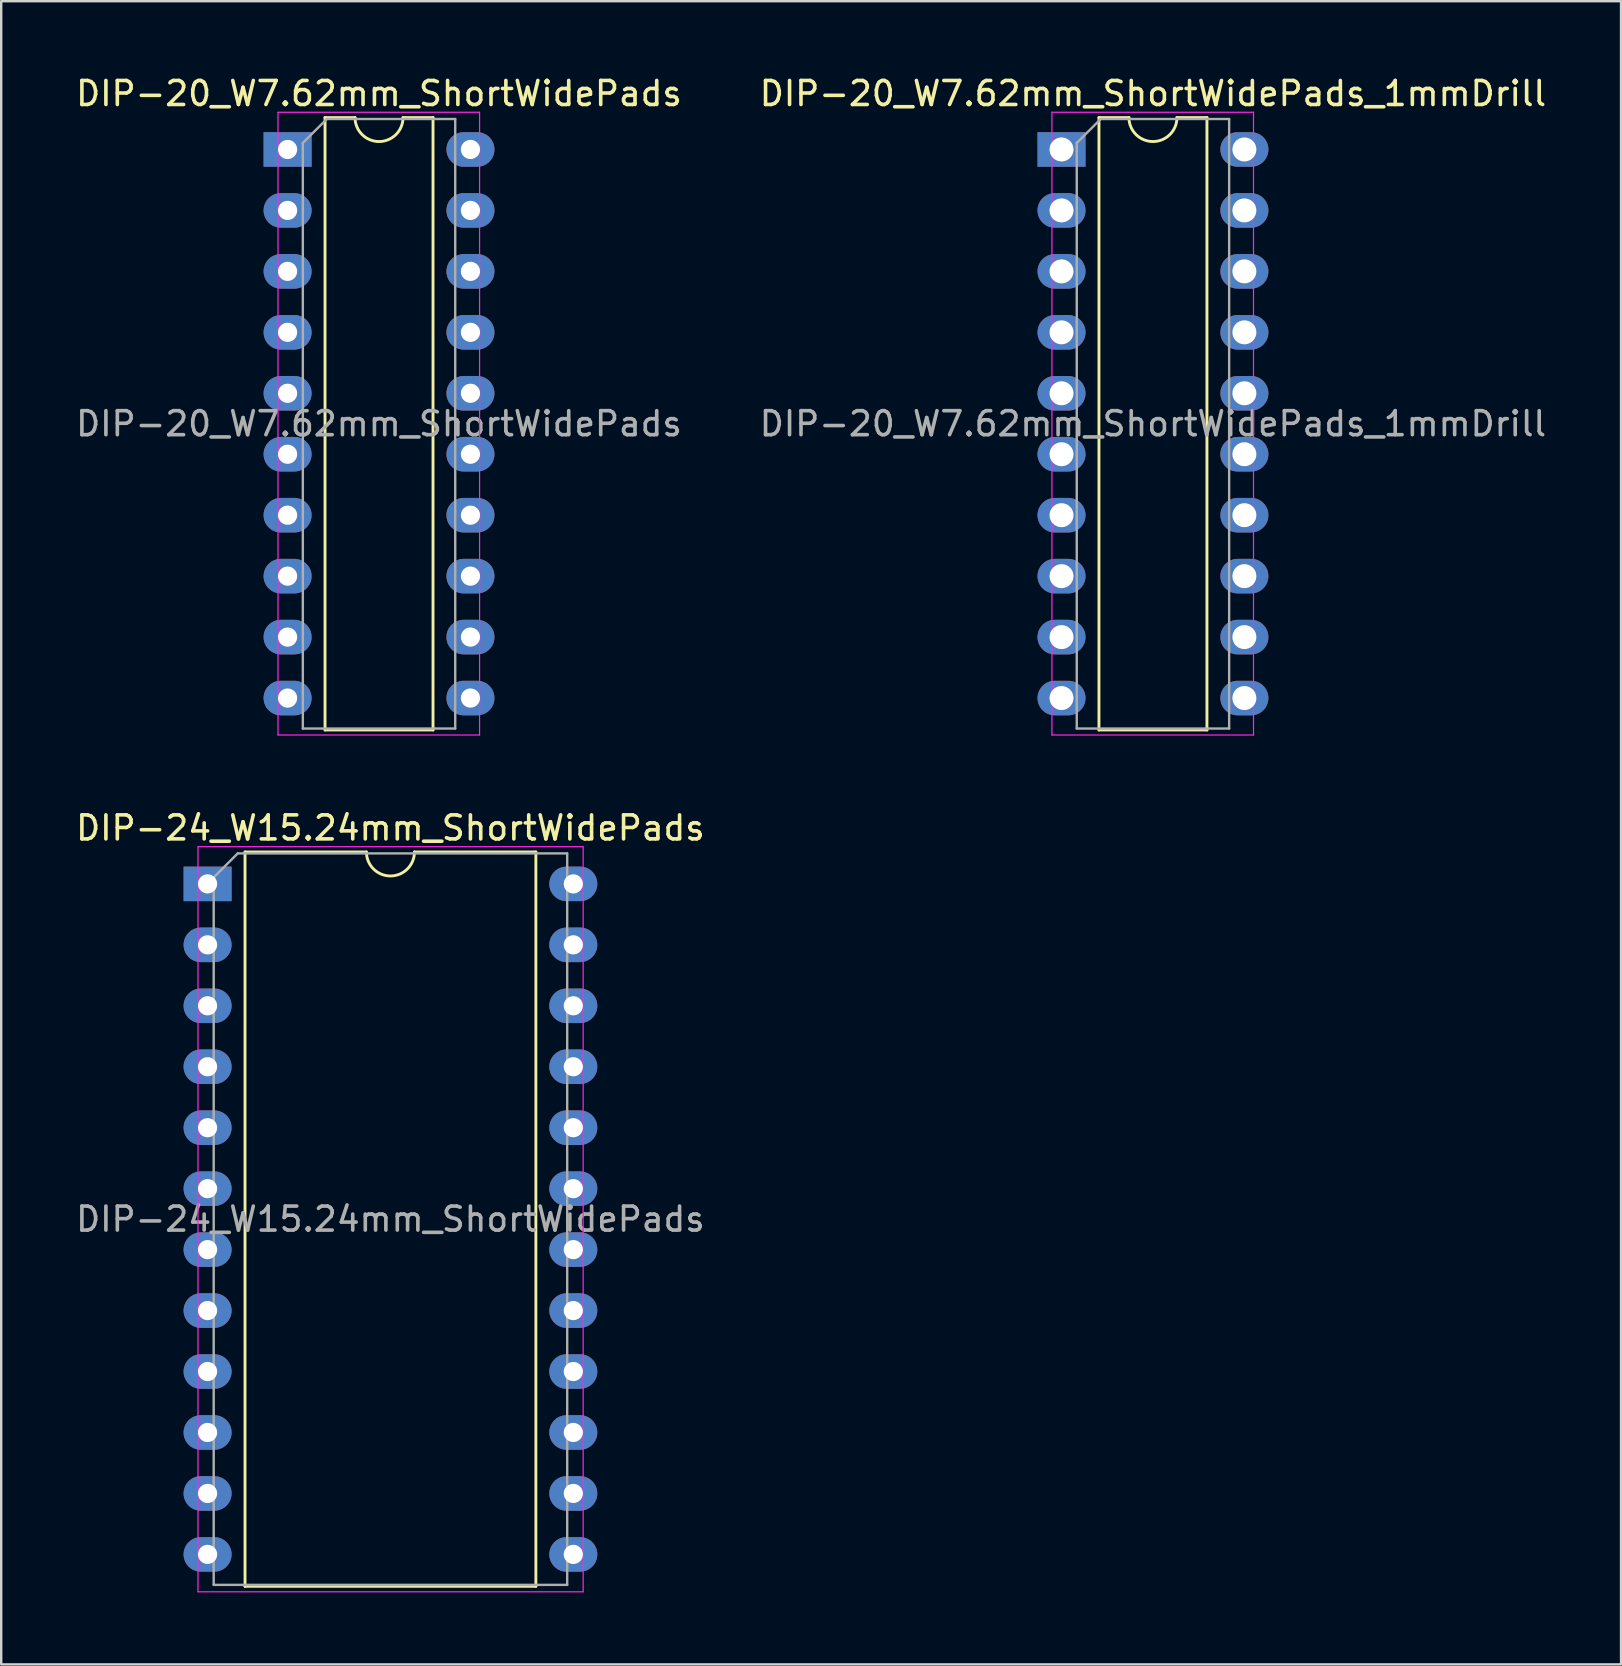
<source format=kicad_pcb>
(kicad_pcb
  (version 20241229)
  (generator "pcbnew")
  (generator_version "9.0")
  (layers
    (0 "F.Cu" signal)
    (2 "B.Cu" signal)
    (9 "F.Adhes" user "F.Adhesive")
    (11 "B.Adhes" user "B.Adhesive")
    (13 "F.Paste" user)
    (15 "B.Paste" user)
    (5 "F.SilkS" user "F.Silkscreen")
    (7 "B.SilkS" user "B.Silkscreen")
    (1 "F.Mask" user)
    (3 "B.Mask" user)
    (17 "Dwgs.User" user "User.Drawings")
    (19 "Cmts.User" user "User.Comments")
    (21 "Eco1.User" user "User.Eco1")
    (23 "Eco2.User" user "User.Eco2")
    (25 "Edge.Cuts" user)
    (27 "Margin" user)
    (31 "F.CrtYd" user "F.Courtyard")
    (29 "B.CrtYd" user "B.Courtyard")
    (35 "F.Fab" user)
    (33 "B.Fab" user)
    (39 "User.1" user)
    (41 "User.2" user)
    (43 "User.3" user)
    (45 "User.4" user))
  (footprint "DIP-20_W7.62mm_ShortWidePads"
    (layer "F.Cu")
    (at 8.934 3.178)
    (property "Reference" "DIP-20_W7.62mm_ShortWidePads" (at 3.81 -2.33 0) (layer "F.SilkS") (effects (font (size 1 1) (thickness 0.15))))
    (attr through_hole)
    (fp_line (start 1.56 -1.33) (end 1.56 24.19) (stroke (width 0.12) (type solid)) (layer "F.SilkS"))
    (fp_line (start 1.56 24.19) (end 6.06 24.19) (stroke (width 0.12) (type solid)) (layer "F.SilkS"))
    (fp_line (start 2.81 -1.33) (end 1.56 -1.33) (stroke (width 0.12) (type solid)) (layer "F.SilkS"))
    (fp_line (start 6.06 -1.33) (end 4.81 -1.33) (stroke (width 0.12) (type solid)) (layer "F.SilkS"))
    (fp_line (start 6.06 24.19) (end 6.06 -1.33) (stroke (width 0.12) (type solid)) (layer "F.SilkS"))
    (fp_arc (start 4.81 -1.33) (mid 3.81 -0.33) (end 2.81 -1.33) (stroke (width 0.12) (type solid)) (layer "F.SilkS"))
    (fp_line (start -0.4 -1.55) (end -0.4 24.4) (stroke (width 0.05) (type solid)) (layer "F.CrtYd"))
    (fp_line (start -0.4 24.4) (end 8 24.4) (stroke (width 0.05) (type solid)) (layer "F.CrtYd"))
    (fp_line (start 8 -1.55) (end -0.4 -1.55) (stroke (width 0.05) (type solid)) (layer "F.CrtYd"))
    (fp_line (start 8 24.4) (end 8 -1.55) (stroke (width 0.05) (type solid)) (layer "F.CrtYd"))
    (fp_line (start 0.635 -0.27) (end 1.635 -1.27) (stroke (width 0.1) (type solid)) (layer "F.Fab"))
    (fp_line (start 0.635 24.13) (end 0.635 -0.27) (stroke (width 0.1) (type solid)) (layer "F.Fab"))
    (fp_line (start 1.635 -1.27) (end 6.985 -1.27) (stroke (width 0.1) (type solid)) (layer "F.Fab"))
    (fp_line (start 6.985 -1.27) (end 6.985 24.13) (stroke (width 0.1) (type solid)) (layer "F.Fab"))
    (fp_line (start 6.985 24.13) (end 0.635 24.13) (stroke (width 0.1) (type solid)) (layer "F.Fab"))
    (fp_text user "${REFERENCE}" (at 3.81 11.43 0) (layer "F.Fab") (effects (font (size 1 1) (thickness 0.15))))
    (pad "1" thru_hole rect (at 0 0) (size 2 1.44) (drill 0.8) (layers "*.Cu" "*.Mask"))
    (pad "2" thru_hole oval (at 0 2.54) (size 2 1.44) (drill 0.8) (layers "*.Cu" "*.Mask"))
    (pad "3" thru_hole oval (at 0 5.08) (size 2 1.44) (drill 0.8) (layers "*.Cu" "*.Mask"))
    (pad "4" thru_hole oval (at 0 7.62) (size 2 1.44) (drill 0.8) (layers "*.Cu" "*.Mask"))
    (pad "5" thru_hole oval (at 0 10.16) (size 2 1.44) (drill 0.8) (layers "*.Cu" "*.Mask"))
    (pad "6" thru_hole oval (at 0 12.7) (size 2 1.44) (drill 0.8) (layers "*.Cu" "*.Mask"))
    (pad "7" thru_hole oval (at 0 15.24) (size 2 1.44) (drill 0.8) (layers "*.Cu" "*.Mask"))
    (pad "8" thru_hole oval (at 0 17.78) (size 2 1.44) (drill 0.8) (layers "*.Cu" "*.Mask"))
    (pad "9" thru_hole oval (at 0 20.32) (size 2 1.44) (drill 0.8) (layers "*.Cu" "*.Mask"))
    (pad "10" thru_hole oval (at 0 22.86) (size 2 1.44) (drill 0.8) (layers "*.Cu" "*.Mask"))
    (pad "11" thru_hole oval (at 7.62 22.86) (size 2 1.44) (drill 0.8) (layers "*.Cu" "*.Mask"))
    (pad "12" thru_hole oval (at 7.62 20.32) (size 2 1.44) (drill 0.8) (layers "*.Cu" "*.Mask"))
    (pad "13" thru_hole oval (at 7.62 17.78) (size 2 1.44) (drill 0.8) (layers "*.Cu" "*.Mask"))
    (pad "14" thru_hole oval (at 7.62 15.24) (size 2 1.44) (drill 0.8) (layers "*.Cu" "*.Mask"))
    (pad "15" thru_hole oval (at 7.62 12.7) (size 2 1.44) (drill 0.8) (layers "*.Cu" "*.Mask"))
    (pad "16" thru_hole oval (at 7.62 10.16) (size 2 1.44) (drill 0.8) (layers "*.Cu" "*.Mask"))
    (pad "17" thru_hole oval (at 7.62 7.62) (size 2 1.44) (drill 0.8) (layers "*.Cu" "*.Mask"))
    (pad "18" thru_hole oval (at 7.62 5.08) (size 2 1.44) (drill 0.8) (layers "*.Cu" "*.Mask"))
    (pad "19" thru_hole oval (at 7.62 2.54) (size 2 1.44) (drill 0.8) (layers "*.Cu" "*.Mask"))
    (pad "20" thru_hole oval (at 7.62 0) (size 2 1.44) (drill 0.8) (layers "*.Cu" "*.Mask")))
  (footprint "DIP-24_W15.24mm_ShortWidePads"
    (layer "F.Cu")
    (at 5.6 33.782)
    (property "Reference" "DIP-24_W15.24mm_ShortWidePads" (at 7.62 -2.33 0) (layer "F.SilkS") (effects (font (size 1 1) (thickness 0.15))))
    (attr through_hole)
    (fp_line (start 1.56 -1.33) (end 1.56 29.27) (stroke (width 0.12) (type solid)) (layer "F.SilkS"))
    (fp_line (start 1.56 29.27) (end 13.68 29.27) (stroke (width 0.12) (type solid)) (layer "F.SilkS"))
    (fp_line (start 6.62 -1.33) (end 1.56 -1.33) (stroke (width 0.12) (type solid)) (layer "F.SilkS"))
    (fp_line (start 13.68 -1.33) (end 8.62 -1.33) (stroke (width 0.12) (type solid)) (layer "F.SilkS"))
    (fp_line (start 13.68 29.27) (end 13.68 -1.33) (stroke (width 0.12) (type solid)) (layer "F.SilkS"))
    (fp_arc (start 8.62 -1.33) (mid 7.62 -0.33) (end 6.62 -1.33) (stroke (width 0.12) (type solid)) (layer "F.SilkS"))
    (fp_line (start -0.4 -1.55) (end -0.4 29.5) (stroke (width 0.05) (type solid)) (layer "F.CrtYd"))
    (fp_line (start -0.4 29.5) (end 15.65 29.5) (stroke (width 0.05) (type solid)) (layer "F.CrtYd"))
    (fp_line (start 15.65 -1.55) (end -0.4 -1.55) (stroke (width 0.05) (type solid)) (layer "F.CrtYd"))
    (fp_line (start 15.65 29.5) (end 15.65 -1.55) (stroke (width 0.05) (type solid)) (layer "F.CrtYd"))
    (fp_line (start 0.255 -0.27) (end 1.255 -1.27) (stroke (width 0.1) (type solid)) (layer "F.Fab"))
    (fp_line (start 0.255 29.21) (end 0.255 -0.27) (stroke (width 0.1) (type solid)) (layer "F.Fab"))
    (fp_line (start 1.255 -1.27) (end 14.985 -1.27) (stroke (width 0.1) (type solid)) (layer "F.Fab"))
    (fp_line (start 14.985 -1.27) (end 14.985 29.21) (stroke (width 0.1) (type solid)) (layer "F.Fab"))
    (fp_line (start 14.985 29.21) (end 0.255 29.21) (stroke (width 0.1) (type solid)) (layer "F.Fab"))
    (fp_text user "${REFERENCE}" (at 7.62 13.97 0) (layer "F.Fab") (effects (font (size 1 1) (thickness 0.15))))
    (pad "1" thru_hole rect (at 0 0) (size 2 1.44) (drill 0.8) (layers "*.Cu" "*.Mask"))
    (pad "2" thru_hole oval (at 0 2.54) (size 2 1.44) (drill 0.8) (layers "*.Cu" "*.Mask"))
    (pad "3" thru_hole oval (at 0 5.08) (size 2 1.44) (drill 0.8) (layers "*.Cu" "*.Mask"))
    (pad "4" thru_hole oval (at 0 7.62) (size 2 1.44) (drill 0.8) (layers "*.Cu" "*.Mask"))
    (pad "5" thru_hole oval (at 0 10.16) (size 2 1.44) (drill 0.8) (layers "*.Cu" "*.Mask"))
    (pad "6" thru_hole oval (at 0 12.7) (size 2 1.44) (drill 0.8) (layers "*.Cu" "*.Mask"))
    (pad "7" thru_hole oval (at 0 15.24) (size 2 1.44) (drill 0.8) (layers "*.Cu" "*.Mask"))
    (pad "8" thru_hole oval (at 0 17.78) (size 2 1.44) (drill 0.8) (layers "*.Cu" "*.Mask"))
    (pad "9" thru_hole oval (at 0 20.32) (size 2 1.44) (drill 0.8) (layers "*.Cu" "*.Mask"))
    (pad "10" thru_hole oval (at 0 22.86) (size 2 1.44) (drill 0.8) (layers "*.Cu" "*.Mask"))
    (pad "11" thru_hole oval (at 0 25.4) (size 2 1.44) (drill 0.8) (layers "*.Cu" "*.Mask"))
    (pad "12" thru_hole oval (at 0 27.94) (size 2 1.44) (drill 0.8) (layers "*.Cu" "*.Mask"))
    (pad "13" thru_hole oval (at 15.24 27.94) (size 2 1.44) (drill 0.8) (layers "*.Cu" "*.Mask"))
    (pad "14" thru_hole oval (at 15.24 25.4) (size 2 1.44) (drill 0.8) (layers "*.Cu" "*.Mask"))
    (pad "15" thru_hole oval (at 15.24 22.86) (size 2 1.44) (drill 0.8) (layers "*.Cu" "*.Mask"))
    (pad "16" thru_hole oval (at 15.24 20.32) (size 2 1.44) (drill 0.8) (layers "*.Cu" "*.Mask"))
    (pad "17" thru_hole oval (at 15.24 17.78) (size 2 1.44) (drill 0.8) (layers "*.Cu" "*.Mask"))
    (pad "18" thru_hole oval (at 15.24 15.24) (size 2 1.44) (drill 0.8) (layers "*.Cu" "*.Mask"))
    (pad "19" thru_hole oval (at 15.24 12.7) (size 2 1.44) (drill 0.8) (layers "*.Cu" "*.Mask"))
    (pad "20" thru_hole oval (at 15.24 10.16) (size 2 1.44) (drill 0.8) (layers "*.Cu" "*.Mask"))
    (pad "21" thru_hole oval (at 15.24 7.62) (size 2 1.44) (drill 0.8) (layers "*.Cu" "*.Mask"))
    (pad "22" thru_hole oval (at 15.24 5.08) (size 2 1.44) (drill 0.8) (layers "*.Cu" "*.Mask"))
    (pad "23" thru_hole oval (at 15.24 2.54) (size 2 1.44) (drill 0.8) (layers "*.Cu" "*.Mask"))
    (pad "24" thru_hole oval (at 15.24 0) (size 2 1.44) (drill 0.8) (layers "*.Cu" "*.Mask")))
  (footprint "DIP-20_W7.62mm_ShortWidePads_1mmDrill"
    (layer "F.Cu")
    (at 41.184 3.178)
    (property "Reference" "DIP-20_W7.62mm_ShortWidePads_1mmDrill" (at 3.81 -2.33 0) (layer "F.SilkS") (effects (font (size 1 1) (thickness 0.15))))
    (attr through_hole)
    (fp_line (start 1.56 -1.33) (end 1.56 24.19) (stroke (width 0.12) (type solid)) (layer "F.SilkS"))
    (fp_line (start 1.56 24.19) (end 6.06 24.19) (stroke (width 0.12) (type solid)) (layer "F.SilkS"))
    (fp_line (start 2.81 -1.33) (end 1.56 -1.33) (stroke (width 0.12) (type solid)) (layer "F.SilkS"))
    (fp_line (start 6.06 -1.33) (end 4.81 -1.33) (stroke (width 0.12) (type solid)) (layer "F.SilkS"))
    (fp_line (start 6.06 24.19) (end 6.06 -1.33) (stroke (width 0.12) (type solid)) (layer "F.SilkS"))
    (fp_arc (start 4.81 -1.33) (mid 3.81 -0.33) (end 2.81 -1.33) (stroke (width 0.12) (type solid)) (layer "F.SilkS"))
    (fp_line (start -0.4 -1.55) (end -0.4 24.4) (stroke (width 0.05) (type solid)) (layer "F.CrtYd"))
    (fp_line (start -0.4 24.4) (end 8 24.4) (stroke (width 0.05) (type solid)) (layer "F.CrtYd"))
    (fp_line (start 8 -1.55) (end -0.4 -1.55) (stroke (width 0.05) (type solid)) (layer "F.CrtYd"))
    (fp_line (start 8 24.4) (end 8 -1.55) (stroke (width 0.05) (type solid)) (layer "F.CrtYd"))
    (fp_line (start 0.635 -0.27) (end 1.635 -1.27) (stroke (width 0.1) (type solid)) (layer "F.Fab"))
    (fp_line (start 0.635 24.13) (end 0.635 -0.27) (stroke (width 0.1) (type solid)) (layer "F.Fab"))
    (fp_line (start 1.635 -1.27) (end 6.985 -1.27) (stroke (width 0.1) (type solid)) (layer "F.Fab"))
    (fp_line (start 6.985 -1.27) (end 6.985 24.13) (stroke (width 0.1) (type solid)) (layer "F.Fab"))
    (fp_line (start 6.985 24.13) (end 0.635 24.13) (stroke (width 0.1) (type solid)) (layer "F.Fab"))
    (fp_text user "${REFERENCE}" (at 3.81 11.43 0) (layer "F.Fab") (effects (font (size 1 1) (thickness 0.15))))
    (pad "1" thru_hole rect (at 0 0) (size 2 1.44) (drill 1) (layers "*.Cu" "*.Mask"))
    (pad "2" thru_hole oval (at 0 2.54) (size 2 1.44) (drill 1) (layers "*.Cu" "*.Mask"))
    (pad "3" thru_hole oval (at 0 5.08) (size 2 1.44) (drill 1) (layers "*.Cu" "*.Mask"))
    (pad "4" thru_hole oval (at 0 7.62) (size 2 1.44) (drill 1) (layers "*.Cu" "*.Mask"))
    (pad "5" thru_hole oval (at 0 10.16) (size 2 1.44) (drill 1) (layers "*.Cu" "*.Mask"))
    (pad "6" thru_hole oval (at 0 12.7) (size 2 1.44) (drill 1) (layers "*.Cu" "*.Mask"))
    (pad "7" thru_hole oval (at 0 15.24) (size 2 1.44) (drill 1) (layers "*.Cu" "*.Mask"))
    (pad "8" thru_hole oval (at 0 17.78) (size 2 1.44) (drill 1) (layers "*.Cu" "*.Mask"))
    (pad "9" thru_hole oval (at 0 20.32) (size 2 1.44) (drill 1) (layers "*.Cu" "*.Mask"))
    (pad "10" thru_hole oval (at 0 22.86) (size 2 1.44) (drill 1) (layers "*.Cu" "*.Mask"))
    (pad "11" thru_hole oval (at 7.62 22.86) (size 2 1.44) (drill 1) (layers "*.Cu" "*.Mask"))
    (pad "12" thru_hole oval (at 7.62 20.32) (size 2 1.44) (drill 1) (layers "*.Cu" "*.Mask"))
    (pad "13" thru_hole oval (at 7.62 17.78) (size 2 1.44) (drill 1) (layers "*.Cu" "*.Mask"))
    (pad "14" thru_hole oval (at 7.62 15.24) (size 2 1.44) (drill 1) (layers "*.Cu" "*.Mask"))
    (pad "15" thru_hole oval (at 7.62 12.7) (size 2 1.44) (drill 1) (layers "*.Cu" "*.Mask"))
    (pad "16" thru_hole oval (at 7.62 10.16) (size 2 1.44) (drill 1) (layers "*.Cu" "*.Mask"))
    (pad "17" thru_hole oval (at 7.62 7.62) (size 2 1.44) (drill 1) (layers "*.Cu" "*.Mask"))
    (pad "18" thru_hole oval (at 7.62 5.08) (size 2 1.44) (drill 1) (layers "*.Cu" "*.Mask"))
    (pad "19" thru_hole oval (at 7.62 2.54) (size 2 1.44) (drill 1) (layers "*.Cu" "*.Mask"))
    (pad "20" thru_hole oval (at 7.62 0) (size 2 1.44) (drill 1) (layers "*.Cu" "*.Mask")))
  (gr_rect
    (start -3 -3)
    (end 64.5 66.306)
    (stroke (width 0.1) (type default))
    (fill no)
    (layer "Edge.Cuts")))
</source>
